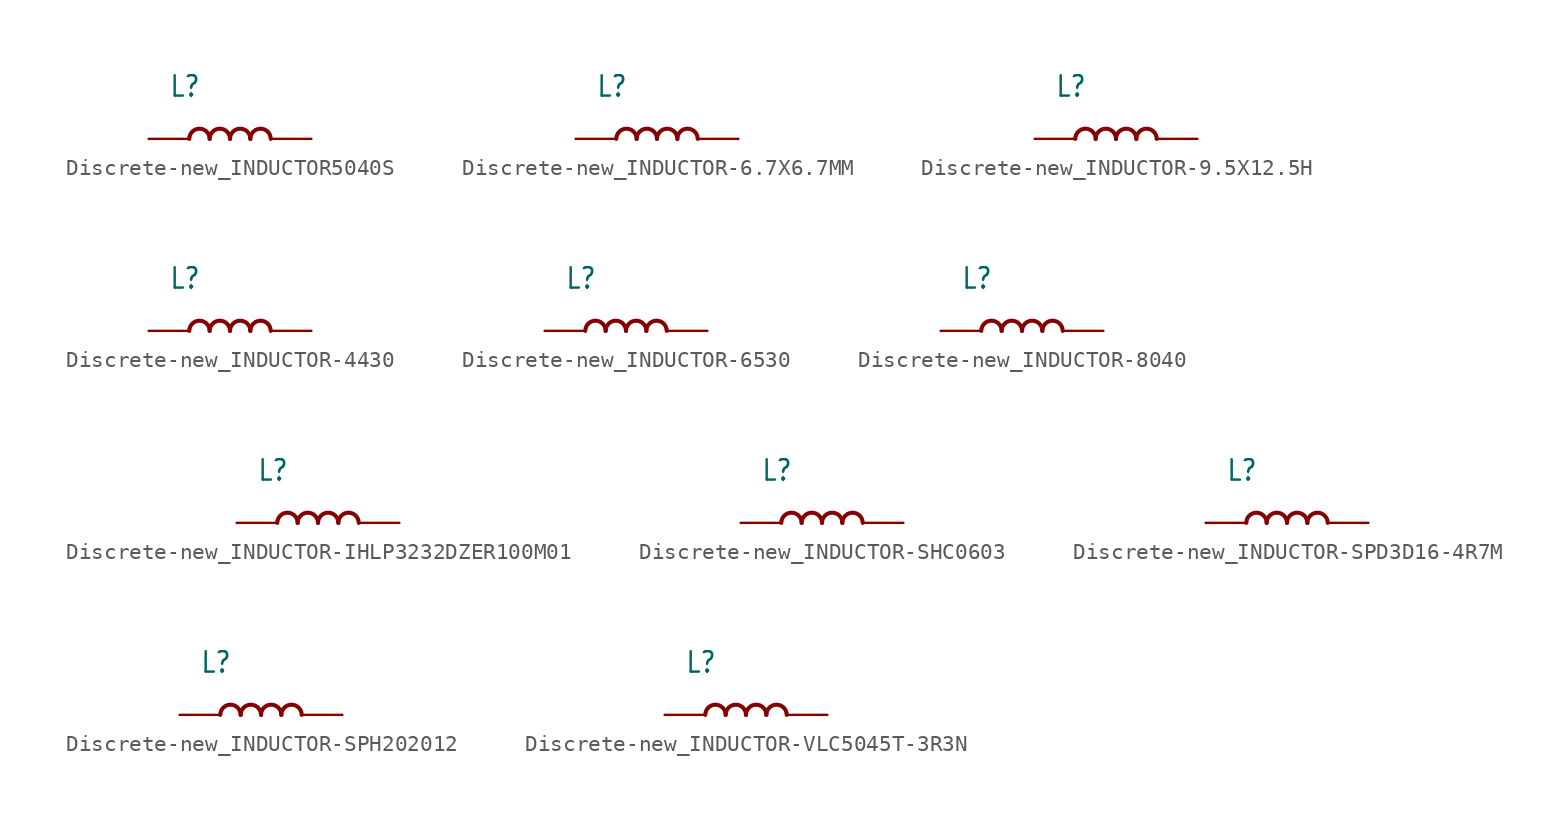
<source format=kicad_sym>
(kicad_symbol_lib
  (version 20231120)
  (generator "kicad_symbol_editor")
  (generator_version "8.0")
  (symbol "Discrete-new_INDUCTOR5040S"
    (property "Reference" "L"
      (at -3.81 2.54 0)
      (effects (font (size 1.27 1.079)) (justify left bottom)))
    (property "Value" ""
      (at -3.81 1.27 0)
      (effects (font (size 1.27 1.079)) (justify left bottom)))
    (property "ki_locked" ""
      (at 0 0 0)
      (effects (font (size 1.27 1.27))))
    (symbol "Discrete-new_INDUCTOR5040S_1_0"
      (arc (start -1.27 0) (mid -1.905 0.635) (end -2.54 0) (stroke (width 0.254) (type solid)) (fill (type none)))
      (arc (start 0 0) (mid -0.635 0.635) (end -1.27 0) (stroke (width 0.254) (type solid)) (fill (type none)))
      (arc (start 1.27 0) (mid 0.635 0.635) (end 0 0) (stroke (width 0.254) (type solid)) (fill (type none)))
      (arc (start 2.54 0) (mid 1.905 0.635) (end 1.27 0) (stroke (width 0.254) (type solid)) (fill (type none)))
      (pin passive line (at -5.08 0 0) (length 2.54) (name "1" (effects (font (size 0 0)))) (number "1" (effects (font (size 0 0)))))
      (pin passive line (at 5.08 0 180) (length 2.54) (name "2" (effects (font (size 0 0)))) (number "2" (effects (font (size 0 0)))))))
  (symbol "Discrete-new_INDUCTOR-6.7X6.7MM"
    (property "Reference" "L"
      (at -3.81 2.54 0)
      (effects (font (size 1.27 1.079)) (justify left bottom)))
    (property "Value" ""
      (at -3.81 1.27 0)
      (effects (font (size 1.27 1.079)) (justify left bottom)))
    (property "ki_locked" ""
      (at 0 0 0)
      (effects (font (size 1.27 1.27))))
    (symbol "Discrete-new_INDUCTOR-6.7X6.7MM_1_0"
      (arc (start -1.27 0) (mid -1.905 0.635) (end -2.54 0) (stroke (width 0.254) (type solid)) (fill (type none)))
      (arc (start 0 0) (mid -0.635 0.635) (end -1.27 0) (stroke (width 0.254) (type solid)) (fill (type none)))
      (arc (start 1.27 0) (mid 0.635 0.635) (end 0 0) (stroke (width 0.254) (type solid)) (fill (type none)))
      (arc (start 2.54 0) (mid 1.905 0.635) (end 1.27 0) (stroke (width 0.254) (type solid)) (fill (type none)))
      (pin passive line (at -5.08 0 0) (length 2.54) (name "1" (effects (font (size 0 0)))) (number "1" (effects (font (size 0 0)))))
      (pin passive line (at 5.08 0 180) (length 2.54) (name "2" (effects (font (size 0 0)))) (number "2" (effects (font (size 0 0)))))))
  (symbol "Discrete-new_INDUCTOR-9.5X12.5H"
    (property "Reference" "L"
      (at -3.81 2.54 0)
      (effects (font (size 1.27 1.079)) (justify left bottom)))
    (property "Value" ""
      (at -3.81 1.27 0)
      (effects (font (size 1.27 1.079)) (justify left bottom)))
    (property "ki_locked" ""
      (at 0 0 0)
      (effects (font (size 1.27 1.27))))
    (symbol "Discrete-new_INDUCTOR-9.5X12.5H_1_0"
      (arc (start -1.27 0) (mid -1.905 0.635) (end -2.54 0) (stroke (width 0.254) (type solid)) (fill (type none)))
      (arc (start 0 0) (mid -0.635 0.635) (end -1.27 0) (stroke (width 0.254) (type solid)) (fill (type none)))
      (arc (start 1.27 0) (mid 0.635 0.635) (end 0 0) (stroke (width 0.254) (type solid)) (fill (type none)))
      (arc (start 2.54 0) (mid 1.905 0.635) (end 1.27 0) (stroke (width 0.254) (type solid)) (fill (type none)))
      (pin passive line (at -5.08 0 0) (length 2.54) (name "1" (effects (font (size 0 0)))) (number "1" (effects (font (size 0 0)))))
      (pin passive line (at 5.08 0 180) (length 2.54) (name "2" (effects (font (size 0 0)))) (number "2" (effects (font (size 0 0)))))))
  (symbol "Discrete-new_INDUCTOR-4430"
    (property "Reference" "L"
      (at -3.81 2.54 0)
      (effects (font (size 1.27 1.079)) (justify left bottom)))
    (property "Value" ""
      (at -3.81 1.27 0)
      (effects (font (size 1.27 1.079)) (justify left bottom)))
    (property "ki_locked" ""
      (at 0 0 0)
      (effects (font (size 1.27 1.27))))
    (symbol "Discrete-new_INDUCTOR-4430_1_0"
      (arc (start -1.27 0) (mid -1.905 0.635) (end -2.54 0) (stroke (width 0.254) (type solid)) (fill (type none)))
      (arc (start 0 0) (mid -0.635 0.635) (end -1.27 0) (stroke (width 0.254) (type solid)) (fill (type none)))
      (arc (start 1.27 0) (mid 0.635 0.635) (end 0 0) (stroke (width 0.254) (type solid)) (fill (type none)))
      (arc (start 2.54 0) (mid 1.905 0.635) (end 1.27 0) (stroke (width 0.254) (type solid)) (fill (type none)))
      (pin passive line (at -5.08 0 0) (length 2.54) (name "1" (effects (font (size 0 0)))) (number "1" (effects (font (size 0 0)))))
      (pin passive line (at 5.08 0 180) (length 2.54) (name "2" (effects (font (size 0 0)))) (number "2" (effects (font (size 0 0)))))))
  (symbol "Discrete-new_INDUCTOR-6530"
    (property "Reference" "L"
      (at -3.81 2.54 0)
      (effects (font (size 1.27 1.079)) (justify left bottom)))
    (property "Value" ""
      (at -3.81 1.27 0)
      (effects (font (size 1.27 1.079)) (justify left bottom)))
    (property "ki_locked" ""
      (at 0 0 0)
      (effects (font (size 1.27 1.27))))
    (symbol "Discrete-new_INDUCTOR-6530_1_0"
      (arc (start -1.27 0) (mid -1.905 0.635) (end -2.54 0) (stroke (width 0.254) (type solid)) (fill (type none)))
      (arc (start 0 0) (mid -0.635 0.635) (end -1.27 0) (stroke (width 0.254) (type solid)) (fill (type none)))
      (arc (start 1.27 0) (mid 0.635 0.635) (end 0 0) (stroke (width 0.254) (type solid)) (fill (type none)))
      (arc (start 2.54 0) (mid 1.905 0.635) (end 1.27 0) (stroke (width 0.254) (type solid)) (fill (type none)))
      (pin passive line (at -5.08 0 0) (length 2.54) (name "1" (effects (font (size 0 0)))) (number "1" (effects (font (size 0 0)))))
      (pin passive line (at 5.08 0 180) (length 2.54) (name "2" (effects (font (size 0 0)))) (number "2" (effects (font (size 0 0)))))))
  (symbol "Discrete-new_INDUCTOR-8040"
    (property "Reference" "L"
      (at -3.81 2.54 0)
      (effects (font (size 1.27 1.079)) (justify left bottom)))
    (property "Value" ""
      (at -3.81 1.27 0)
      (effects (font (size 1.27 1.079)) (justify left bottom)))
    (property "ki_locked" ""
      (at 0 0 0)
      (effects (font (size 1.27 1.27))))
    (symbol "Discrete-new_INDUCTOR-8040_1_0"
      (arc (start -1.27 0) (mid -1.905 0.635) (end -2.54 0) (stroke (width 0.254) (type solid)) (fill (type none)))
      (arc (start 0 0) (mid -0.635 0.635) (end -1.27 0) (stroke (width 0.254) (type solid)) (fill (type none)))
      (arc (start 1.27 0) (mid 0.635 0.635) (end 0 0) (stroke (width 0.254) (type solid)) (fill (type none)))
      (arc (start 2.54 0) (mid 1.905 0.635) (end 1.27 0) (stroke (width 0.254) (type solid)) (fill (type none)))
      (pin passive line (at -5.08 0 0) (length 2.54) (name "1" (effects (font (size 0 0)))) (number "1" (effects (font (size 0 0)))))
      (pin passive line (at 5.08 0 180) (length 2.54) (name "2" (effects (font (size 0 0)))) (number "2" (effects (font (size 0 0)))))))
  (symbol "Discrete-new_INDUCTOR-IHLP3232DZER100M01"
    (property "Reference" "L"
      (at -3.81 2.54 0)
      (effects (font (size 1.27 1.079)) (justify left bottom)))
    (property "Value" ""
      (at -3.81 1.27 0)
      (effects (font (size 1.27 1.079)) (justify left bottom)))
    (property "ki_locked" ""
      (at 0 0 0)
      (effects (font (size 1.27 1.27))))
    (symbol "Discrete-new_INDUCTOR-IHLP3232DZER100M01_1_0"
      (arc (start -1.27 0) (mid -1.905 0.635) (end -2.54 0) (stroke (width 0.254) (type solid)) (fill (type none)))
      (arc (start 0 0) (mid -0.635 0.635) (end -1.27 0) (stroke (width 0.254) (type solid)) (fill (type none)))
      (arc (start 1.27 0) (mid 0.635 0.635) (end 0 0) (stroke (width 0.254) (type solid)) (fill (type none)))
      (arc (start 2.54 0) (mid 1.905 0.635) (end 1.27 0) (stroke (width 0.254) (type solid)) (fill (type none)))
      (pin passive line (at -5.08 0 0) (length 2.54) (name "1" (effects (font (size 0 0)))) (number "1" (effects (font (size 0 0)))))
      (pin passive line (at 5.08 0 180) (length 2.54) (name "2" (effects (font (size 0 0)))) (number "2" (effects (font (size 0 0)))))))
  (symbol "Discrete-new_INDUCTOR-SHC0603"
    (property "Reference" "L"
      (at -3.81 2.54 0)
      (effects (font (size 1.27 1.079)) (justify left bottom)))
    (property "Value" ""
      (at -3.81 1.27 0)
      (effects (font (size 1.27 1.079)) (justify left bottom)))
    (property "ki_locked" ""
      (at 0 0 0)
      (effects (font (size 1.27 1.27))))
    (symbol "Discrete-new_INDUCTOR-SHC0603_1_0"
      (arc (start -1.27 0) (mid -1.905 0.635) (end -2.54 0) (stroke (width 0.254) (type solid)) (fill (type none)))
      (arc (start 0 0) (mid -0.635 0.635) (end -1.27 0) (stroke (width 0.254) (type solid)) (fill (type none)))
      (arc (start 1.27 0) (mid 0.635 0.635) (end 0 0) (stroke (width 0.254) (type solid)) (fill (type none)))
      (arc (start 2.54 0) (mid 1.905 0.635) (end 1.27 0) (stroke (width 0.254) (type solid)) (fill (type none)))
      (pin passive line (at -5.08 0 0) (length 2.54) (name "1" (effects (font (size 0 0)))) (number "1" (effects (font (size 0 0)))))
      (pin passive line (at 5.08 0 180) (length 2.54) (name "2" (effects (font (size 0 0)))) (number "2" (effects (font (size 0 0)))))))
  (symbol "Discrete-new_INDUCTOR-SPD3D16-4R7M"
    (property "Reference" "L"
      (at -3.81 2.54 0)
      (effects (font (size 1.27 1.079)) (justify left bottom)))
    (property "Value" ""
      (at -3.81 1.27 0)
      (effects (font (size 1.27 1.079)) (justify left bottom)))
    (property "ki_locked" ""
      (at 0 0 0)
      (effects (font (size 1.27 1.27))))
    (symbol "Discrete-new_INDUCTOR-SPD3D16-4R7M_1_0"
      (arc (start -1.27 0) (mid -1.905 0.635) (end -2.54 0) (stroke (width 0.254) (type solid)) (fill (type none)))
      (arc (start 0 0) (mid -0.635 0.635) (end -1.27 0) (stroke (width 0.254) (type solid)) (fill (type none)))
      (arc (start 1.27 0) (mid 0.635 0.635) (end 0 0) (stroke (width 0.254) (type solid)) (fill (type none)))
      (arc (start 2.54 0) (mid 1.905 0.635) (end 1.27 0) (stroke (width 0.254) (type solid)) (fill (type none)))
      (pin passive line (at -5.08 0 0) (length 2.54) (name "1" (effects (font (size 0 0)))) (number "1" (effects (font (size 0 0)))))
      (pin passive line (at 5.08 0 180) (length 2.54) (name "2" (effects (font (size 0 0)))) (number "2" (effects (font (size 0 0)))))))
  (symbol "Discrete-new_INDUCTOR-SPH202012"
    (property "Reference" "L"
      (at -3.81 2.54 0)
      (effects (font (size 1.27 1.079)) (justify left bottom)))
    (property "Value" ""
      (at -3.81 1.27 0)
      (effects (font (size 1.27 1.079)) (justify left bottom)))
    (property "ki_locked" ""
      (at 0 0 0)
      (effects (font (size 1.27 1.27))))
    (symbol "Discrete-new_INDUCTOR-SPH202012_1_0"
      (arc (start -1.27 0) (mid -1.905 0.635) (end -2.54 0) (stroke (width 0.254) (type solid)) (fill (type none)))
      (arc (start 0 0) (mid -0.635 0.635) (end -1.27 0) (stroke (width 0.254) (type solid)) (fill (type none)))
      (arc (start 1.27 0) (mid 0.635 0.635) (end 0 0) (stroke (width 0.254) (type solid)) (fill (type none)))
      (arc (start 2.54 0) (mid 1.905 0.635) (end 1.27 0) (stroke (width 0.254) (type solid)) (fill (type none)))
      (pin passive line (at -5.08 0 0) (length 2.54) (name "1" (effects (font (size 0 0)))) (number "1" (effects (font (size 0 0)))))
      (pin passive line (at 5.08 0 180) (length 2.54) (name "2" (effects (font (size 0 0)))) (number "2" (effects (font (size 0 0)))))))
  (symbol "Discrete-new_INDUCTOR-VLC5045T-3R3N"
    (property "Reference" "L"
      (at -3.81 2.54 0)
      (effects (font (size 1.27 1.079)) (justify left bottom)))
    (property "Value" ""
      (at -3.81 1.27 0)
      (effects (font (size 1.27 1.079)) (justify left bottom)))
    (property "ki_locked" ""
      (at 0 0 0)
      (effects (font (size 1.27 1.27))))
    (symbol "Discrete-new_INDUCTOR-VLC5045T-3R3N_1_0"
      (arc (start -1.27 0) (mid -1.905 0.635) (end -2.54 0) (stroke (width 0.254) (type solid)) (fill (type none)))
      (arc (start 0 0) (mid -0.635 0.635) (end -1.27 0) (stroke (width 0.254) (type solid)) (fill (type none)))
      (arc (start 1.27 0) (mid 0.635 0.635) (end 0 0) (stroke (width 0.254) (type solid)) (fill (type none)))
      (arc (start 2.54 0) (mid 1.905 0.635) (end 1.27 0) (stroke (width 0.254) (type solid)) (fill (type none)))
      (pin passive line (at -5.08 0 0) (length 2.54) (name "1" (effects (font (size 0 0)))) (number "1" (effects (font (size 0 0)))))
      (pin passive line (at 5.08 0 180) (length 2.54) (name "2" (effects (font (size 0 0)))) (number "2" (effects (font (size 0 0))))))))
</source>
